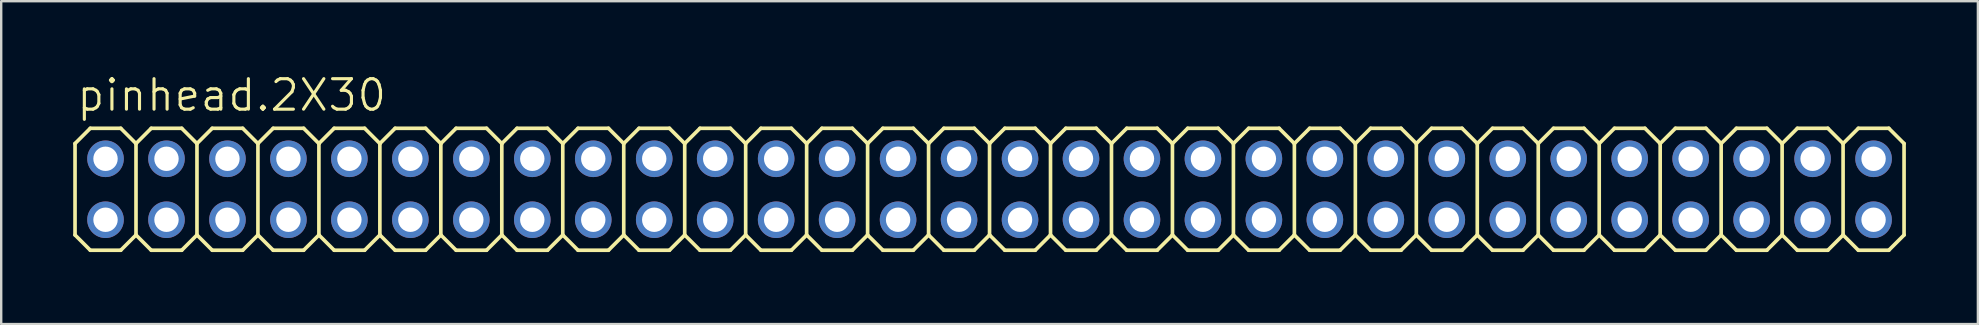
<source format=kicad_pcb>
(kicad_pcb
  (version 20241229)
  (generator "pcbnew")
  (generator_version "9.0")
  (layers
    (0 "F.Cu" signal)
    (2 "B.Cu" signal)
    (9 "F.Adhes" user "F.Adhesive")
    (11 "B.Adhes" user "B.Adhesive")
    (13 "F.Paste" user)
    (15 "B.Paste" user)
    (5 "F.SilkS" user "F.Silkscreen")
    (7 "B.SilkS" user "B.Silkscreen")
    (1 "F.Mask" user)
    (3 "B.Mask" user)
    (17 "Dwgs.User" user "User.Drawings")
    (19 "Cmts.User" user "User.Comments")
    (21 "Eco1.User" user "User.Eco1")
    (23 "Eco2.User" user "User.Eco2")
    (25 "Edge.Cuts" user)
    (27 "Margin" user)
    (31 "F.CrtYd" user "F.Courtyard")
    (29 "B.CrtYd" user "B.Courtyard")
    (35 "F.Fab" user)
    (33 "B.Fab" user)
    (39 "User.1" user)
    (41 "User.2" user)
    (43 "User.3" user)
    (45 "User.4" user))
  (footprint "pinhead.2X30"
    (layer "F.Cu")
    (at 39.446 4.835)
    (property "Reference" "pinhead.2X30" (at -39.37 -3.175 0) (layer "F.SilkS") (effects (font (size 1.27 1.27) (thickness 0.13)) (justify left bottom)))
    (attr through_hole)
    (fp_line (start -39.37 -1.905) (end -38.735 -2.54) (stroke (width 0.152) (type default)) (layer "F.SilkS"))
    (fp_line (start -39.37 1.905) (end -39.37 -1.905) (stroke (width 0.152) (type default)) (layer "F.SilkS"))
    (fp_line (start -39.37 1.905) (end -38.735 2.54) (stroke (width 0.152) (type default)) (layer "F.SilkS"))
    (fp_line (start -38.735 -2.54) (end -37.465 -2.54) (stroke (width 0.152) (type default)) (layer "F.SilkS"))
    (fp_line (start -38.735 2.54) (end -37.465 2.54) (stroke (width 0.152) (type default)) (layer "F.SilkS"))
    (fp_line (start -37.465 -2.54) (end -36.83 -1.905) (stroke (width 0.152) (type default)) (layer "F.SilkS"))
    (fp_line (start -37.465 2.54) (end -36.83 1.905) (stroke (width 0.152) (type default)) (layer "F.SilkS"))
    (fp_line (start -36.83 -1.905) (end -36.83 1.905) (stroke (width 0.152) (type default)) (layer "F.SilkS"))
    (fp_line (start -36.83 -1.905) (end -36.195 -2.54) (stroke (width 0.152) (type default)) (layer "F.SilkS"))
    (fp_line (start -36.83 1.905) (end -36.195 2.54) (stroke (width 0.152) (type default)) (layer "F.SilkS"))
    (fp_line (start -36.195 -2.54) (end -34.925 -2.54) (stroke (width 0.152) (type default)) (layer "F.SilkS"))
    (fp_line (start -36.195 2.54) (end -34.925 2.54) (stroke (width 0.152) (type default)) (layer "F.SilkS"))
    (fp_line (start -34.925 -2.54) (end -34.29 -1.905) (stroke (width 0.152) (type default)) (layer "F.SilkS"))
    (fp_line (start -34.925 2.54) (end -34.29 1.905) (stroke (width 0.152) (type default)) (layer "F.SilkS"))
    (fp_line (start -34.29 -1.905) (end -34.29 1.905) (stroke (width 0.152) (type default)) (layer "F.SilkS"))
    (fp_line (start -34.29 -1.905) (end -33.655 -2.54) (stroke (width 0.152) (type default)) (layer "F.SilkS"))
    (fp_line (start -34.29 1.905) (end -33.655 2.54) (stroke (width 0.152) (type default)) (layer "F.SilkS"))
    (fp_line (start -33.655 -2.54) (end -32.385 -2.54) (stroke (width 0.152) (type default)) (layer "F.SilkS"))
    (fp_line (start -33.655 2.54) (end -32.385 2.54) (stroke (width 0.152) (type default)) (layer "F.SilkS"))
    (fp_line (start -32.385 -2.54) (end -31.75 -1.905) (stroke (width 0.152) (type default)) (layer "F.SilkS"))
    (fp_line (start -32.385 2.54) (end -31.75 1.905) (stroke (width 0.152) (type default)) (layer "F.SilkS"))
    (fp_line (start -31.75 -1.905) (end -31.75 1.905) (stroke (width 0.152) (type default)) (layer "F.SilkS"))
    (fp_line (start -31.75 -1.905) (end -31.115 -2.54) (stroke (width 0.152) (type default)) (layer "F.SilkS"))
    (fp_line (start -31.75 1.905) (end -31.115 2.54) (stroke (width 0.152) (type default)) (layer "F.SilkS"))
    (fp_line (start -31.115 -2.54) (end -29.845 -2.54) (stroke (width 0.152) (type default)) (layer "F.SilkS"))
    (fp_line (start -31.115 2.54) (end -29.845 2.54) (stroke (width 0.152) (type default)) (layer "F.SilkS"))
    (fp_line (start -29.845 -2.54) (end -29.21 -1.905) (stroke (width 0.152) (type default)) (layer "F.SilkS"))
    (fp_line (start -29.845 2.54) (end -29.21 1.905) (stroke (width 0.152) (type default)) (layer "F.SilkS"))
    (fp_line (start -29.21 -1.905) (end -29.21 1.905) (stroke (width 0.152) (type default)) (layer "F.SilkS"))
    (fp_line (start -29.21 -1.905) (end -28.575 -2.54) (stroke (width 0.152) (type default)) (layer "F.SilkS"))
    (fp_line (start -29.21 1.905) (end -28.575 2.54) (stroke (width 0.152) (type default)) (layer "F.SilkS"))
    (fp_line (start -28.575 -2.54) (end -27.305 -2.54) (stroke (width 0.152) (type default)) (layer "F.SilkS"))
    (fp_line (start -28.575 2.54) (end -27.305 2.54) (stroke (width 0.152) (type default)) (layer "F.SilkS"))
    (fp_line (start -27.305 -2.54) (end -26.67 -1.905) (stroke (width 0.152) (type default)) (layer "F.SilkS"))
    (fp_line (start -27.305 2.54) (end -26.67 1.905) (stroke (width 0.152) (type default)) (layer "F.SilkS"))
    (fp_line (start -26.67 -1.905) (end -26.67 1.905) (stroke (width 0.152) (type default)) (layer "F.SilkS"))
    (fp_line (start -26.67 -1.905) (end -26.035 -2.54) (stroke (width 0.152) (type default)) (layer "F.SilkS"))
    (fp_line (start -26.67 1.905) (end -26.035 2.54) (stroke (width 0.152) (type default)) (layer "F.SilkS"))
    (fp_line (start -26.035 -2.54) (end -24.765 -2.54) (stroke (width 0.152) (type default)) (layer "F.SilkS"))
    (fp_line (start -26.035 2.54) (end -24.765 2.54) (stroke (width 0.152) (type default)) (layer "F.SilkS"))
    (fp_line (start -24.765 -2.54) (end -24.13 -1.905) (stroke (width 0.152) (type default)) (layer "F.SilkS"))
    (fp_line (start -24.765 2.54) (end -24.13 1.905) (stroke (width 0.152) (type default)) (layer "F.SilkS"))
    (fp_line (start -24.13 -1.905) (end -24.13 1.905) (stroke (width 0.152) (type default)) (layer "F.SilkS"))
    (fp_line (start -24.13 -1.905) (end -23.495 -2.54) (stroke (width 0.152) (type default)) (layer "F.SilkS"))
    (fp_line (start -24.13 1.905) (end -23.495 2.54) (stroke (width 0.152) (type default)) (layer "F.SilkS"))
    (fp_line (start -23.495 -2.54) (end -22.225 -2.54) (stroke (width 0.152) (type default)) (layer "F.SilkS"))
    (fp_line (start -22.225 -2.54) (end -21.59 -1.905) (stroke (width 0.152) (type default)) (layer "F.SilkS"))
    (fp_line (start -22.225 2.54) (end -23.495 2.54) (stroke (width 0.152) (type default)) (layer "F.SilkS"))
    (fp_line (start -21.59 -1.905) (end -21.59 1.905) (stroke (width 0.152) (type default)) (layer "F.SilkS"))
    (fp_line (start -21.59 -1.905) (end -20.955 -2.54) (stroke (width 0.152) (type default)) (layer "F.SilkS"))
    (fp_line (start -21.59 1.905) (end -22.225 2.54) (stroke (width 0.152) (type default)) (layer "F.SilkS"))
    (fp_line (start -21.59 1.905) (end -20.955 2.54) (stroke (width 0.152) (type default)) (layer "F.SilkS"))
    (fp_line (start -20.955 -2.54) (end -19.685 -2.54) (stroke (width 0.152) (type default)) (layer "F.SilkS"))
    (fp_line (start -19.685 -2.54) (end -19.05 -1.905) (stroke (width 0.152) (type default)) (layer "F.SilkS"))
    (fp_line (start -19.685 2.54) (end -20.955 2.54) (stroke (width 0.152) (type default)) (layer "F.SilkS"))
    (fp_line (start -19.05 -1.905) (end -19.05 1.905) (stroke (width 0.152) (type default)) (layer "F.SilkS"))
    (fp_line (start -19.05 -1.905) (end -18.415 -2.54) (stroke (width 0.152) (type default)) (layer "F.SilkS"))
    (fp_line (start -19.05 1.905) (end -19.685 2.54) (stroke (width 0.152) (type default)) (layer "F.SilkS"))
    (fp_line (start -19.05 1.905) (end -18.415 2.54) (stroke (width 0.152) (type default)) (layer "F.SilkS"))
    (fp_line (start -18.415 -2.54) (end -17.145 -2.54) (stroke (width 0.152) (type default)) (layer "F.SilkS"))
    (fp_line (start -17.145 -2.54) (end -16.51 -1.905) (stroke (width 0.152) (type default)) (layer "F.SilkS"))
    (fp_line (start -17.145 2.54) (end -18.415 2.54) (stroke (width 0.152) (type default)) (layer "F.SilkS"))
    (fp_line (start -16.51 -1.905) (end -16.51 1.905) (stroke (width 0.152) (type default)) (layer "F.SilkS"))
    (fp_line (start -16.51 -1.905) (end -15.875 -2.54) (stroke (width 0.152) (type default)) (layer "F.SilkS"))
    (fp_line (start -16.51 1.905) (end -17.145 2.54) (stroke (width 0.152) (type default)) (layer "F.SilkS"))
    (fp_line (start -16.51 1.905) (end -15.875 2.54) (stroke (width 0.152) (type default)) (layer "F.SilkS"))
    (fp_line (start -15.875 -2.54) (end -14.605 -2.54) (stroke (width 0.152) (type default)) (layer "F.SilkS"))
    (fp_line (start -14.605 -2.54) (end -13.97 -1.905) (stroke (width 0.152) (type default)) (layer "F.SilkS"))
    (fp_line (start -14.605 2.54) (end -15.875 2.54) (stroke (width 0.152) (type default)) (layer "F.SilkS"))
    (fp_line (start -13.97 -1.905) (end -13.97 1.905) (stroke (width 0.152) (type default)) (layer "F.SilkS"))
    (fp_line (start -13.97 -1.905) (end -13.335 -2.54) (stroke (width 0.152) (type default)) (layer "F.SilkS"))
    (fp_line (start -13.97 1.905) (end -14.605 2.54) (stroke (width 0.152) (type default)) (layer "F.SilkS"))
    (fp_line (start -13.97 1.905) (end -13.335 2.54) (stroke (width 0.152) (type default)) (layer "F.SilkS"))
    (fp_line (start -13.335 -2.54) (end -12.065 -2.54) (stroke (width 0.152) (type default)) (layer "F.SilkS"))
    (fp_line (start -12.065 -2.54) (end -11.43 -1.905) (stroke (width 0.152) (type default)) (layer "F.SilkS"))
    (fp_line (start -12.065 2.54) (end -13.335 2.54) (stroke (width 0.152) (type default)) (layer "F.SilkS"))
    (fp_line (start -11.43 -1.905) (end -11.43 1.905) (stroke (width 0.152) (type default)) (layer "F.SilkS"))
    (fp_line (start -11.43 -1.905) (end -10.795 -2.54) (stroke (width 0.152) (type default)) (layer "F.SilkS"))
    (fp_line (start -11.43 1.905) (end -12.065 2.54) (stroke (width 0.152) (type default)) (layer "F.SilkS"))
    (fp_line (start -11.43 1.905) (end -10.795 2.54) (stroke (width 0.152) (type default)) (layer "F.SilkS"))
    (fp_line (start -10.795 -2.54) (end -9.525 -2.54) (stroke (width 0.152) (type default)) (layer "F.SilkS"))
    (fp_line (start -9.525 2.54) (end -10.795 2.54) (stroke (width 0.152) (type default)) (layer "F.SilkS"))
    (fp_line (start -8.89 -1.905) (end -9.525 -2.54) (stroke (width 0.152) (type default)) (layer "F.SilkS"))
    (fp_line (start -8.89 -1.905) (end -8.89 1.905) (stroke (width 0.152) (type default)) (layer "F.SilkS"))
    (fp_line (start -8.89 -1.905) (end -8.255 -2.54) (stroke (width 0.152) (type default)) (layer "F.SilkS"))
    (fp_line (start -8.89 1.905) (end -9.525 2.54) (stroke (width 0.152) (type default)) (layer "F.SilkS"))
    (fp_line (start -8.89 1.905) (end -8.255 2.54) (stroke (width 0.152) (type default)) (layer "F.SilkS"))
    (fp_line (start -6.985 -2.54) (end -8.255 -2.54) (stroke (width 0.152) (type default)) (layer "F.SilkS"))
    (fp_line (start -6.985 -2.54) (end -6.35 -1.905) (stroke (width 0.152) (type default)) (layer "F.SilkS"))
    (fp_line (start -6.985 2.54) (end -8.255 2.54) (stroke (width 0.152) (type default)) (layer "F.SilkS"))
    (fp_line (start -6.35 -1.905) (end -6.35 1.905) (stroke (width 0.152) (type default)) (layer "F.SilkS"))
    (fp_line (start -6.35 -1.905) (end -5.715 -2.54) (stroke (width 0.152) (type default)) (layer "F.SilkS"))
    (fp_line (start -6.35 1.905) (end -6.985 2.54) (stroke (width 0.152) (type default)) (layer "F.SilkS"))
    (fp_line (start -6.35 1.905) (end -5.715 2.54) (stroke (width 0.152) (type default)) (layer "F.SilkS"))
    (fp_line (start -4.445 -2.54) (end -5.715 -2.54) (stroke (width 0.152) (type default)) (layer "F.SilkS"))
    (fp_line (start -4.445 -2.54) (end -3.81 -1.905) (stroke (width 0.152) (type default)) (layer "F.SilkS"))
    (fp_line (start -4.445 2.54) (end -5.715 2.54) (stroke (width 0.152) (type default)) (layer "F.SilkS"))
    (fp_line (start -3.81 -1.905) (end -3.81 1.905) (stroke (width 0.152) (type default)) (layer "F.SilkS"))
    (fp_line (start -3.81 -1.905) (end -3.175 -2.54) (stroke (width 0.152) (type default)) (layer "F.SilkS"))
    (fp_line (start -3.81 1.905) (end -4.445 2.54) (stroke (width 0.152) (type default)) (layer "F.SilkS"))
    (fp_line (start -3.175 2.54) (end -3.81 1.905) (stroke (width 0.152) (type default)) (layer "F.SilkS"))
    (fp_line (start -3.175 2.54) (end -1.905 2.54) (stroke (width 0.152) (type default)) (layer "F.SilkS"))
    (fp_line (start -1.905 -2.54) (end -3.175 -2.54) (stroke (width 0.152) (type default)) (layer "F.SilkS"))
    (fp_line (start -1.905 -2.54) (end -1.27 -1.905) (stroke (width 0.152) (type default)) (layer "F.SilkS"))
    (fp_line (start -1.27 -1.905) (end -1.27 1.905) (stroke (width 0.152) (type default)) (layer "F.SilkS"))
    (fp_line (start -1.27 -1.905) (end -0.635 -2.54) (stroke (width 0.152) (type default)) (layer "F.SilkS"))
    (fp_line (start -1.27 1.905) (end -1.905 2.54) (stroke (width 0.152) (type default)) (layer "F.SilkS"))
    (fp_line (start -0.635 2.54) (end -1.27 1.905) (stroke (width 0.152) (type default)) (layer "F.SilkS"))
    (fp_line (start -0.635 2.54) (end 0.635 2.54) (stroke (width 0.152) (type default)) (layer "F.SilkS"))
    (fp_line (start 0.635 -2.54) (end -0.635 -2.54) (stroke (width 0.152) (type default)) (layer "F.SilkS"))
    (fp_line (start 0.635 -2.54) (end 1.27 -1.905) (stroke (width 0.152) (type default)) (layer "F.SilkS"))
    (fp_line (start 1.27 -1.905) (end 1.27 1.905) (stroke (width 0.152) (type default)) (layer "F.SilkS"))
    (fp_line (start 1.27 -1.905) (end 1.905 -2.54) (stroke (width 0.152) (type default)) (layer "F.SilkS"))
    (fp_line (start 1.27 1.905) (end 0.635 2.54) (stroke (width 0.152) (type default)) (layer "F.SilkS"))
    (fp_line (start 1.27 1.905) (end 1.905 2.54) (stroke (width 0.152) (type default)) (layer "F.SilkS"))
    (fp_line (start 3.175 -2.54) (end 1.905 -2.54) (stroke (width 0.152) (type default)) (layer "F.SilkS"))
    (fp_line (start 3.175 -2.54) (end 3.81 -1.905) (stroke (width 0.152) (type default)) (layer "F.SilkS"))
    (fp_line (start 3.175 2.54) (end 1.905 2.54) (stroke (width 0.152) (type default)) (layer "F.SilkS"))
    (fp_line (start 3.81 -1.905) (end 3.81 1.905) (stroke (width 0.152) (type default)) (layer "F.SilkS"))
    (fp_line (start 3.81 -1.905) (end 4.445 -2.54) (stroke (width 0.152) (type default)) (layer "F.SilkS"))
    (fp_line (start 3.81 1.905) (end 3.175 2.54) (stroke (width 0.152) (type default)) (layer "F.SilkS"))
    (fp_line (start 3.81 1.905) (end 4.445 2.54) (stroke (width 0.152) (type default)) (layer "F.SilkS"))
    (fp_line (start 5.715 -2.54) (end 4.445 -2.54) (stroke (width 0.152) (type default)) (layer "F.SilkS"))
    (fp_line (start 5.715 -2.54) (end 6.35 -1.905) (stroke (width 0.152) (type default)) (layer "F.SilkS"))
    (fp_line (start 5.715 2.54) (end 4.445 2.54) (stroke (width 0.152) (type default)) (layer "F.SilkS"))
    (fp_line (start 6.35 -1.905) (end 6.35 1.905) (stroke (width 0.152) (type default)) (layer "F.SilkS"))
    (fp_line (start 6.35 -1.905) (end 6.985 -2.54) (stroke (width 0.152) (type default)) (layer "F.SilkS"))
    (fp_line (start 6.35 1.905) (end 5.715 2.54) (stroke (width 0.152) (type default)) (layer "F.SilkS"))
    (fp_line (start 6.35 1.905) (end 6.985 2.54) (stroke (width 0.152) (type default)) (layer "F.SilkS"))
    (fp_line (start 8.255 -2.54) (end 6.985 -2.54) (stroke (width 0.152) (type default)) (layer "F.SilkS"))
    (fp_line (start 8.255 -2.54) (end 8.89 -1.905) (stroke (width 0.152) (type default)) (layer "F.SilkS"))
    (fp_line (start 8.255 2.54) (end 6.985 2.54) (stroke (width 0.152) (type default)) (layer "F.SilkS"))
    (fp_line (start 8.89 -1.905) (end 8.89 1.905) (stroke (width 0.152) (type default)) (layer "F.SilkS"))
    (fp_line (start 8.89 -1.905) (end 9.525 -2.54) (stroke (width 0.152) (type default)) (layer "F.SilkS"))
    (fp_line (start 8.89 1.905) (end 8.255 2.54) (stroke (width 0.152) (type default)) (layer "F.SilkS"))
    (fp_line (start 8.89 1.905) (end 9.525 2.54) (stroke (width 0.152) (type default)) (layer "F.SilkS"))
    (fp_line (start 10.795 -2.54) (end 9.525 -2.54) (stroke (width 0.152) (type default)) (layer "F.SilkS"))
    (fp_line (start 10.795 -2.54) (end 11.43 -1.905) (stroke (width 0.152) (type default)) (layer "F.SilkS"))
    (fp_line (start 10.795 2.54) (end 9.525 2.54) (stroke (width 0.152) (type default)) (layer "F.SilkS"))
    (fp_line (start 11.43 -1.905) (end 11.43 1.905) (stroke (width 0.152) (type default)) (layer "F.SilkS"))
    (fp_line (start 11.43 -1.905) (end 12.065 -2.54) (stroke (width 0.152) (type default)) (layer "F.SilkS"))
    (fp_line (start 11.43 1.905) (end 10.795 2.54) (stroke (width 0.152) (type default)) (layer "F.SilkS"))
    (fp_line (start 11.43 1.905) (end 12.065 2.54) (stroke (width 0.152) (type default)) (layer "F.SilkS"))
    (fp_line (start 13.335 -2.54) (end 12.065 -2.54) (stroke (width 0.152) (type default)) (layer "F.SilkS"))
    (fp_line (start 13.335 -2.54) (end 13.97 -1.905) (stroke (width 0.152) (type default)) (layer "F.SilkS"))
    (fp_line (start 13.335 2.54) (end 12.065 2.54) (stroke (width 0.152) (type default)) (layer "F.SilkS"))
    (fp_line (start 13.97 -1.905) (end 13.97 1.905) (stroke (width 0.152) (type default)) (layer "F.SilkS"))
    (fp_line (start 13.97 -1.905) (end 14.605 -2.54) (stroke (width 0.152) (type default)) (layer "F.SilkS"))
    (fp_line (start 13.97 1.905) (end 13.335 2.54) (stroke (width 0.152) (type default)) (layer "F.SilkS"))
    (fp_line (start 13.97 1.905) (end 14.605 2.54) (stroke (width 0.152) (type default)) (layer "F.SilkS"))
    (fp_line (start 15.875 -2.54) (end 14.605 -2.54) (stroke (width 0.152) (type default)) (layer "F.SilkS"))
    (fp_line (start 15.875 -2.54) (end 16.51 -1.905) (stroke (width 0.152) (type default)) (layer "F.SilkS"))
    (fp_line (start 15.875 2.54) (end 14.605 2.54) (stroke (width 0.152) (type default)) (layer "F.SilkS"))
    (fp_line (start 16.51 -1.905) (end 16.51 1.905) (stroke (width 0.152) (type default)) (layer "F.SilkS"))
    (fp_line (start 16.51 -1.905) (end 17.145 -2.54) (stroke (width 0.152) (type default)) (layer "F.SilkS"))
    (fp_line (start 16.51 1.905) (end 15.875 2.54) (stroke (width 0.152) (type default)) (layer "F.SilkS"))
    (fp_line (start 16.51 1.905) (end 17.145 2.54) (stroke (width 0.152) (type default)) (layer "F.SilkS"))
    (fp_line (start 18.415 -2.54) (end 17.145 -2.54) (stroke (width 0.152) (type default)) (layer "F.SilkS"))
    (fp_line (start 18.415 -2.54) (end 19.05 -1.905) (stroke (width 0.152) (type default)) (layer "F.SilkS"))
    (fp_line (start 18.415 2.54) (end 17.145 2.54) (stroke (width 0.152) (type default)) (layer "F.SilkS"))
    (fp_line (start 19.05 -1.905) (end 19.05 1.905) (stroke (width 0.152) (type default)) (layer "F.SilkS"))
    (fp_line (start 19.05 -1.905) (end 19.685 -2.54) (stroke (width 0.152) (type default)) (layer "F.SilkS"))
    (fp_line (start 19.05 1.905) (end 18.415 2.54) (stroke (width 0.152) (type default)) (layer "F.SilkS"))
    (fp_line (start 19.05 1.905) (end 19.685 2.54) (stroke (width 0.152) (type default)) (layer "F.SilkS"))
    (fp_line (start 20.955 -2.54) (end 19.685 -2.54) (stroke (width 0.152) (type default)) (layer "F.SilkS"))
    (fp_line (start 20.955 -2.54) (end 21.59 -1.905) (stroke (width 0.152) (type default)) (layer "F.SilkS"))
    (fp_line (start 20.955 2.54) (end 19.685 2.54) (stroke (width 0.152) (type default)) (layer "F.SilkS"))
    (fp_line (start 21.59 -1.905) (end 21.59 1.905) (stroke (width 0.152) (type default)) (layer "F.SilkS"))
    (fp_line (start 21.59 -1.905) (end 22.225 -2.54) (stroke (width 0.152) (type default)) (layer "F.SilkS"))
    (fp_line (start 21.59 1.905) (end 20.955 2.54) (stroke (width 0.152) (type default)) (layer "F.SilkS"))
    (fp_line (start 21.59 1.905) (end 22.225 2.54) (stroke (width 0.152) (type default)) (layer "F.SilkS"))
    (fp_line (start 23.495 -2.54) (end 22.225 -2.54) (stroke (width 0.152) (type default)) (layer "F.SilkS"))
    (fp_line (start 23.495 -2.54) (end 24.13 -1.905) (stroke (width 0.152) (type default)) (layer "F.SilkS"))
    (fp_line (start 23.495 2.54) (end 22.225 2.54) (stroke (width 0.152) (type default)) (layer "F.SilkS"))
    (fp_line (start 24.13 -1.905) (end 24.13 1.905) (stroke (width 0.152) (type default)) (layer "F.SilkS"))
    (fp_line (start 24.13 -1.905) (end 24.765 -2.54) (stroke (width 0.152) (type default)) (layer "F.SilkS"))
    (fp_line (start 24.13 1.905) (end 23.495 2.54) (stroke (width 0.152) (type default)) (layer "F.SilkS"))
    (fp_line (start 24.13 1.905) (end 24.765 2.54) (stroke (width 0.152) (type default)) (layer "F.SilkS"))
    (fp_line (start 26.035 -2.54) (end 24.765 -2.54) (stroke (width 0.152) (type default)) (layer "F.SilkS"))
    (fp_line (start 26.035 -2.54) (end 26.67 -1.905) (stroke (width 0.152) (type default)) (layer "F.SilkS"))
    (fp_line (start 26.035 2.54) (end 24.765 2.54) (stroke (width 0.152) (type default)) (layer "F.SilkS"))
    (fp_line (start 26.67 -1.905) (end 26.67 1.905) (stroke (width 0.152) (type default)) (layer "F.SilkS"))
    (fp_line (start 26.67 -1.905) (end 27.305 -2.54) (stroke (width 0.152) (type default)) (layer "F.SilkS"))
    (fp_line (start 26.67 1.905) (end 26.035 2.54) (stroke (width 0.152) (type default)) (layer "F.SilkS"))
    (fp_line (start 26.67 1.905) (end 27.305 2.54) (stroke (width 0.152) (type default)) (layer "F.SilkS"))
    (fp_line (start 28.575 -2.54) (end 27.305 -2.54) (stroke (width 0.152) (type default)) (layer "F.SilkS"))
    (fp_line (start 28.575 -2.54) (end 29.21 -1.905) (stroke (width 0.152) (type default)) (layer "F.SilkS"))
    (fp_line (start 28.575 2.54) (end 27.305 2.54) (stroke (width 0.152) (type default)) (layer "F.SilkS"))
    (fp_line (start 29.21 -1.905) (end 29.21 1.905) (stroke (width 0.152) (type default)) (layer "F.SilkS"))
    (fp_line (start 29.21 -1.905) (end 29.845 -2.54) (stroke (width 0.152) (type default)) (layer "F.SilkS"))
    (fp_line (start 29.21 1.905) (end 28.575 2.54) (stroke (width 0.152) (type default)) (layer "F.SilkS"))
    (fp_line (start 29.21 1.905) (end 29.845 2.54) (stroke (width 0.152) (type default)) (layer "F.SilkS"))
    (fp_line (start 31.115 -2.54) (end 29.845 -2.54) (stroke (width 0.152) (type default)) (layer "F.SilkS"))
    (fp_line (start 31.115 -2.54) (end 31.75 -1.905) (stroke (width 0.152) (type default)) (layer "F.SilkS"))
    (fp_line (start 31.115 2.54) (end 29.845 2.54) (stroke (width 0.152) (type default)) (layer "F.SilkS"))
    (fp_line (start 31.75 -1.905) (end 31.75 1.905) (stroke (width 0.152) (type default)) (layer "F.SilkS"))
    (fp_line (start 31.75 -1.905) (end 32.385 -2.54) (stroke (width 0.152) (type default)) (layer "F.SilkS"))
    (fp_line (start 31.75 1.905) (end 31.115 2.54) (stroke (width 0.152) (type default)) (layer "F.SilkS"))
    (fp_line (start 31.75 1.905) (end 32.385 2.54) (stroke (width 0.152) (type default)) (layer "F.SilkS"))
    (fp_line (start 33.655 -2.54) (end 32.385 -2.54) (stroke (width 0.152) (type default)) (layer "F.SilkS"))
    (fp_line (start 33.655 -2.54) (end 34.29 -1.905) (stroke (width 0.152) (type default)) (layer "F.SilkS"))
    (fp_line (start 33.655 2.54) (end 32.385 2.54) (stroke (width 0.152) (type default)) (layer "F.SilkS"))
    (fp_line (start 34.29 -1.905) (end 34.29 1.905) (stroke (width 0.152) (type default)) (layer "F.SilkS"))
    (fp_line (start 34.29 -1.905) (end 34.925 -2.54) (stroke (width 0.152) (type default)) (layer "F.SilkS"))
    (fp_line (start 34.29 1.905) (end 33.655 2.54) (stroke (width 0.152) (type default)) (layer "F.SilkS"))
    (fp_line (start 34.29 1.905) (end 34.925 2.54) (stroke (width 0.152) (type default)) (layer "F.SilkS"))
    (fp_line (start 36.195 -2.54) (end 34.925 -2.54) (stroke (width 0.152) (type default)) (layer "F.SilkS"))
    (fp_line (start 36.195 -2.54) (end 36.83 -1.905) (stroke (width 0.152) (type default)) (layer "F.SilkS"))
    (fp_line (start 36.195 2.54) (end 34.925 2.54) (stroke (width 0.152) (type default)) (layer "F.SilkS"))
    (fp_line (start 36.83 -1.905) (end 36.83 1.905) (stroke (width 0.152) (type default)) (layer "F.SilkS"))
    (fp_line (start 36.83 1.905) (end 36.195 2.54) (stroke (width 0.152) (type default)) (layer "F.SilkS"))
    (fp_rect (start -38.354 -1.016) (end -37.846 -1.524) (stroke (width 0.05) (type default)) (fill no) (layer "F.Fab"))
    (fp_rect (start -38.354 1.524) (end -37.846 1.016) (stroke (width 0.05) (type default)) (fill no) (layer "F.Fab"))
    (fp_rect (start -35.814 -1.016) (end -35.306 -1.524) (stroke (width 0.05) (type default)) (fill no) (layer "F.Fab"))
    (fp_rect (start -35.814 1.524) (end -35.306 1.016) (stroke (width 0.05) (type default)) (fill no) (layer "F.Fab"))
    (fp_rect (start -33.274 -1.016) (end -32.766 -1.524) (stroke (width 0.05) (type default)) (fill no) (layer "F.Fab"))
    (fp_rect (start -33.274 1.524) (end -32.766 1.016) (stroke (width 0.05) (type default)) (fill no) (layer "F.Fab"))
    (fp_rect (start -30.734 -1.016) (end -30.226 -1.524) (stroke (width 0.05) (type default)) (fill no) (layer "F.Fab"))
    (fp_rect (start -30.734 1.524) (end -30.226 1.016) (stroke (width 0.05) (type default)) (fill no) (layer "F.Fab"))
    (fp_rect (start -28.194 -1.016) (end -27.686 -1.524) (stroke (width 0.05) (type default)) (fill no) (layer "F.Fab"))
    (fp_rect (start -28.194 1.524) (end -27.686 1.016) (stroke (width 0.05) (type default)) (fill no) (layer "F.Fab"))
    (fp_rect (start -25.654 -1.016) (end -25.146 -1.524) (stroke (width 0.05) (type default)) (fill no) (layer "F.Fab"))
    (fp_rect (start -25.654 1.524) (end -25.146 1.016) (stroke (width 0.05) (type default)) (fill no) (layer "F.Fab"))
    (fp_rect (start -23.114 -1.016) (end -22.606 -1.524) (stroke (width 0.05) (type default)) (fill no) (layer "F.Fab"))
    (fp_rect (start -23.114 1.524) (end -22.606 1.016) (stroke (width 0.05) (type default)) (fill no) (layer "F.Fab"))
    (fp_rect (start -20.574 -1.016) (end -20.066 -1.524) (stroke (width 0.05) (type default)) (fill no) (layer "F.Fab"))
    (fp_rect (start -20.574 1.524) (end -20.066 1.016) (stroke (width 0.05) (type default)) (fill no) (layer "F.Fab"))
    (fp_rect (start -18.034 -1.016) (end -17.526 -1.524) (stroke (width 0.05) (type default)) (fill no) (layer "F.Fab"))
    (fp_rect (start -18.034 1.524) (end -17.526 1.016) (stroke (width 0.05) (type default)) (fill no) (layer "F.Fab"))
    (fp_rect (start -15.494 -1.016) (end -14.986 -1.524) (stroke (width 0.05) (type default)) (fill no) (layer "F.Fab"))
    (fp_rect (start -15.494 1.524) (end -14.986 1.016) (stroke (width 0.05) (type default)) (fill no) (layer "F.Fab"))
    (fp_rect (start -12.954 -1.016) (end -12.446 -1.524) (stroke (width 0.05) (type default)) (fill no) (layer "F.Fab"))
    (fp_rect (start -12.954 1.524) (end -12.446 1.016) (stroke (width 0.05) (type default)) (fill no) (layer "F.Fab"))
    (fp_rect (start -10.414 -1.016) (end -9.906 -1.524) (stroke (width 0.05) (type default)) (fill no) (layer "F.Fab"))
    (fp_rect (start -10.414 1.524) (end -9.906 1.016) (stroke (width 0.05) (type default)) (fill no) (layer "F.Fab"))
    (fp_rect (start -7.874 -1.016) (end -7.366 -1.524) (stroke (width 0.05) (type default)) (fill no) (layer "F.Fab"))
    (fp_rect (start -7.874 1.524) (end -7.366 1.016) (stroke (width 0.05) (type default)) (fill no) (layer "F.Fab"))
    (fp_rect (start -5.334 -1.016) (end -4.826 -1.524) (stroke (width 0.05) (type default)) (fill no) (layer "F.Fab"))
    (fp_rect (start -5.334 1.524) (end -4.826 1.016) (stroke (width 0.05) (type default)) (fill no) (layer "F.Fab"))
    (fp_rect (start -2.794 -1.016) (end -2.286 -1.524) (stroke (width 0.05) (type default)) (fill no) (layer "F.Fab"))
    (fp_rect (start -2.794 1.524) (end -2.286 1.016) (stroke (width 0.05) (type default)) (fill no) (layer "F.Fab"))
    (fp_rect (start -0.254 -1.016) (end 0.254 -1.524) (stroke (width 0.05) (type default)) (fill no) (layer "F.Fab"))
    (fp_rect (start -0.254 1.524) (end 0.254 1.016) (stroke (width 0.05) (type default)) (fill no) (layer "F.Fab"))
    (fp_rect (start 2.286 -1.016) (end 2.794 -1.524) (stroke (width 0.05) (type default)) (fill no) (layer "F.Fab"))
    (fp_rect (start 2.286 1.524) (end 2.794 1.016) (stroke (width 0.05) (type default)) (fill no) (layer "F.Fab"))
    (fp_rect (start 4.826 -1.016) (end 5.334 -1.524) (stroke (width 0.05) (type default)) (fill no) (layer "F.Fab"))
    (fp_rect (start 4.826 1.524) (end 5.334 1.016) (stroke (width 0.05) (type default)) (fill no) (layer "F.Fab"))
    (fp_rect (start 7.366 -1.016) (end 7.874 -1.524) (stroke (width 0.05) (type default)) (fill no) (layer "F.Fab"))
    (fp_rect (start 7.366 1.524) (end 7.874 1.016) (stroke (width 0.05) (type default)) (fill no) (layer "F.Fab"))
    (fp_rect (start 9.906 -1.016) (end 10.414 -1.524) (stroke (width 0.05) (type default)) (fill no) (layer "F.Fab"))
    (fp_rect (start 9.906 1.524) (end 10.414 1.016) (stroke (width 0.05) (type default)) (fill no) (layer "F.Fab"))
    (fp_rect (start 12.446 -1.016) (end 12.954 -1.524) (stroke (width 0.05) (type default)) (fill no) (layer "F.Fab"))
    (fp_rect (start 12.446 1.524) (end 12.954 1.016) (stroke (width 0.05) (type default)) (fill no) (layer "F.Fab"))
    (fp_rect (start 14.986 -1.016) (end 15.494 -1.524) (stroke (width 0.05) (type default)) (fill no) (layer "F.Fab"))
    (fp_rect (start 14.986 1.524) (end 15.494 1.016) (stroke (width 0.05) (type default)) (fill no) (layer "F.Fab"))
    (fp_rect (start 17.526 -1.016) (end 18.034 -1.524) (stroke (width 0.05) (type default)) (fill no) (layer "F.Fab"))
    (fp_rect (start 17.526 1.524) (end 18.034 1.016) (stroke (width 0.05) (type default)) (fill no) (layer "F.Fab"))
    (fp_rect (start 20.066 -1.016) (end 20.574 -1.524) (stroke (width 0.05) (type default)) (fill no) (layer "F.Fab"))
    (fp_rect (start 20.066 1.524) (end 20.574 1.016) (stroke (width 0.05) (type default)) (fill no) (layer "F.Fab"))
    (fp_rect (start 22.606 -1.016) (end 23.114 -1.524) (stroke (width 0.05) (type default)) (fill no) (layer "F.Fab"))
    (fp_rect (start 22.606 1.524) (end 23.114 1.016) (stroke (width 0.05) (type default)) (fill no) (layer "F.Fab"))
    (fp_rect (start 25.146 -1.016) (end 25.654 -1.524) (stroke (width 0.05) (type default)) (fill no) (layer "F.Fab"))
    (fp_rect (start 25.146 1.524) (end 25.654 1.016) (stroke (width 0.05) (type default)) (fill no) (layer "F.Fab"))
    (fp_rect (start 27.686 -1.016) (end 28.194 -1.524) (stroke (width 0.05) (type default)) (fill no) (layer "F.Fab"))
    (fp_rect (start 27.686 1.524) (end 28.194 1.016) (stroke (width 0.05) (type default)) (fill no) (layer "F.Fab"))
    (fp_rect (start 30.226 -1.016) (end 30.734 -1.524) (stroke (width 0.05) (type default)) (fill no) (layer "F.Fab"))
    (fp_rect (start 30.226 1.524) (end 30.734 1.016) (stroke (width 0.05) (type default)) (fill no) (layer "F.Fab"))
    (fp_rect (start 32.766 -1.016) (end 33.274 -1.524) (stroke (width 0.05) (type default)) (fill no) (layer "F.Fab"))
    (fp_rect (start 32.766 1.524) (end 33.274 1.016) (stroke (width 0.05) (type default)) (fill no) (layer "F.Fab"))
    (fp_rect (start 35.306 -1.016) (end 35.814 -1.524) (stroke (width 0.05) (type default)) (fill no) (layer "F.Fab"))
    (fp_rect (start 35.306 1.524) (end 35.814 1.016) (stroke (width 0.05) (type default)) (fill no) (layer "F.Fab"))
    (pad "1" thru_hole circle (at -38.1 1.27) (size 1.524 1.524) (drill 1.016) (layers "*.Cu" "*.Mask"))
    (pad "2" thru_hole circle (at -38.1 -1.27) (size 1.524 1.524) (drill 1.016) (layers "*.Cu" "*.Mask"))
    (pad "3" thru_hole circle (at -35.56 1.27) (size 1.524 1.524) (drill 1.016) (layers "*.Cu" "*.Mask"))
    (pad "4" thru_hole circle (at -35.56 -1.27) (size 1.524 1.524) (drill 1.016) (layers "*.Cu" "*.Mask"))
    (pad "5" thru_hole circle (at -33.02 1.27) (size 1.524 1.524) (drill 1.016) (layers "*.Cu" "*.Mask"))
    (pad "6" thru_hole circle (at -33.02 -1.27) (size 1.524 1.524) (drill 1.016) (layers "*.Cu" "*.Mask"))
    (pad "7" thru_hole circle (at -30.48 1.27) (size 1.524 1.524) (drill 1.016) (layers "*.Cu" "*.Mask"))
    (pad "8" thru_hole circle (at -30.48 -1.27) (size 1.524 1.524) (drill 1.016) (layers "*.Cu" "*.Mask"))
    (pad "9" thru_hole circle (at -27.94 1.27) (size 1.524 1.524) (drill 1.016) (layers "*.Cu" "*.Mask"))
    (pad "10" thru_hole circle (at -27.94 -1.27) (size 1.524 1.524) (drill 1.016) (layers "*.Cu" "*.Mask"))
    (pad "11" thru_hole circle (at -25.4 1.27) (size 1.524 1.524) (drill 1.016) (layers "*.Cu" "*.Mask"))
    (pad "12" thru_hole circle (at -25.4 -1.27) (size 1.524 1.524) (drill 1.016) (layers "*.Cu" "*.Mask"))
    (pad "13" thru_hole circle (at -22.86 1.27) (size 1.524 1.524) (drill 1.016) (layers "*.Cu" "*.Mask"))
    (pad "14" thru_hole circle (at -22.86 -1.27) (size 1.524 1.524) (drill 1.016) (layers "*.Cu" "*.Mask"))
    (pad "15" thru_hole circle (at -20.32 1.27) (size 1.524 1.524) (drill 1.016) (layers "*.Cu" "*.Mask"))
    (pad "16" thru_hole circle (at -20.32 -1.27) (size 1.524 1.524) (drill 1.016) (layers "*.Cu" "*.Mask"))
    (pad "17" thru_hole circle (at -17.78 1.27) (size 1.524 1.524) (drill 1.016) (layers "*.Cu" "*.Mask"))
    (pad "18" thru_hole circle (at -17.78 -1.27) (size 1.524 1.524) (drill 1.016) (layers "*.Cu" "*.Mask"))
    (pad "19" thru_hole circle (at -15.24 1.27) (size 1.524 1.524) (drill 1.016) (layers "*.Cu" "*.Mask"))
    (pad "20" thru_hole circle (at -15.24 -1.27) (size 1.524 1.524) (drill 1.016) (layers "*.Cu" "*.Mask"))
    (pad "21" thru_hole circle (at -12.7 1.27) (size 1.524 1.524) (drill 1.016) (layers "*.Cu" "*.Mask"))
    (pad "22" thru_hole circle (at -12.7 -1.27) (size 1.524 1.524) (drill 1.016) (layers "*.Cu" "*.Mask"))
    (pad "23" thru_hole circle (at -10.16 1.27) (size 1.524 1.524) (drill 1.016) (layers "*.Cu" "*.Mask"))
    (pad "24" thru_hole circle (at -10.16 -1.27) (size 1.524 1.524) (drill 1.016) (layers "*.Cu" "*.Mask"))
    (pad "25" thru_hole circle (at -7.62 1.27) (size 1.524 1.524) (drill 1.016) (layers "*.Cu" "*.Mask"))
    (pad "26" thru_hole circle (at -7.62 -1.27) (size 1.524 1.524) (drill 1.016) (layers "*.Cu" "*.Mask"))
    (pad "27" thru_hole circle (at -5.08 1.27) (size 1.524 1.524) (drill 1.016) (layers "*.Cu" "*.Mask"))
    (pad "28" thru_hole circle (at -5.08 -1.27) (size 1.524 1.524) (drill 1.016) (layers "*.Cu" "*.Mask"))
    (pad "29" thru_hole circle (at -2.54 1.27) (size 1.524 1.524) (drill 1.016) (layers "*.Cu" "*.Mask"))
    (pad "30" thru_hole circle (at -2.54 -1.27) (size 1.524 1.524) (drill 1.016) (layers "*.Cu" "*.Mask"))
    (pad "31" thru_hole circle (at 0 1.27) (size 1.524 1.524) (drill 1.016) (layers "*.Cu" "*.Mask"))
    (pad "32" thru_hole circle (at 0 -1.27) (size 1.524 1.524) (drill 1.016) (layers "*.Cu" "*.Mask"))
    (pad "33" thru_hole circle (at 2.54 1.27) (size 1.524 1.524) (drill 1.016) (layers "*.Cu" "*.Mask"))
    (pad "34" thru_hole circle (at 2.54 -1.27) (size 1.524 1.524) (drill 1.016) (layers "*.Cu" "*.Mask"))
    (pad "35" thru_hole circle (at 5.08 1.27) (size 1.524 1.524) (drill 1.016) (layers "*.Cu" "*.Mask"))
    (pad "36" thru_hole circle (at 5.08 -1.27) (size 1.524 1.524) (drill 1.016) (layers "*.Cu" "*.Mask"))
    (pad "37" thru_hole circle (at 7.62 1.27) (size 1.524 1.524) (drill 1.016) (layers "*.Cu" "*.Mask"))
    (pad "38" thru_hole circle (at 7.62 -1.27) (size 1.524 1.524) (drill 1.016) (layers "*.Cu" "*.Mask"))
    (pad "39" thru_hole circle (at 10.16 1.27) (size 1.524 1.524) (drill 1.016) (layers "*.Cu" "*.Mask"))
    (pad "40" thru_hole circle (at 10.16 -1.27) (size 1.524 1.524) (drill 1.016) (layers "*.Cu" "*.Mask"))
    (pad "41" thru_hole circle (at 12.7 1.27) (size 1.524 1.524) (drill 1.016) (layers "*.Cu" "*.Mask"))
    (pad "42" thru_hole circle (at 12.7 -1.27) (size 1.524 1.524) (drill 1.016) (layers "*.Cu" "*.Mask"))
    (pad "43" thru_hole circle (at 15.24 1.27) (size 1.524 1.524) (drill 1.016) (layers "*.Cu" "*.Mask"))
    (pad "44" thru_hole circle (at 15.24 -1.27) (size 1.524 1.524) (drill 1.016) (layers "*.Cu" "*.Mask"))
    (pad "45" thru_hole circle (at 17.78 1.27) (size 1.524 1.524) (drill 1.016) (layers "*.Cu" "*.Mask"))
    (pad "46" thru_hole circle (at 17.78 -1.27) (size 1.524 1.524) (drill 1.016) (layers "*.Cu" "*.Mask"))
    (pad "47" thru_hole circle (at 20.32 1.27) (size 1.524 1.524) (drill 1.016) (layers "*.Cu" "*.Mask"))
    (pad "48" thru_hole circle (at 20.32 -1.27) (size 1.524 1.524) (drill 1.016) (layers "*.Cu" "*.Mask"))
    (pad "49" thru_hole circle (at 22.86 1.27) (size 1.524 1.524) (drill 1.016) (layers "*.Cu" "*.Mask"))
    (pad "50" thru_hole circle (at 22.86 -1.27) (size 1.524 1.524) (drill 1.016) (layers "*.Cu" "*.Mask"))
    (pad "51" thru_hole circle (at 25.4 1.27) (size 1.524 1.524) (drill 1.016) (layers "*.Cu" "*.Mask"))
    (pad "52" thru_hole circle (at 25.4 -1.27) (size 1.524 1.524) (drill 1.016) (layers "*.Cu" "*.Mask"))
    (pad "53" thru_hole circle (at 27.94 1.27) (size 1.524 1.524) (drill 1.016) (layers "*.Cu" "*.Mask"))
    (pad "54" thru_hole circle (at 27.94 -1.27) (size 1.524 1.524) (drill 1.016) (layers "*.Cu" "*.Mask"))
    (pad "55" thru_hole circle (at 30.48 1.27) (size 1.524 1.524) (drill 1.016) (layers "*.Cu" "*.Mask"))
    (pad "56" thru_hole circle (at 30.48 -1.27) (size 1.524 1.524) (drill 1.016) (layers "*.Cu" "*.Mask"))
    (pad "57" thru_hole circle (at 33.02 1.27) (size 1.524 1.524) (drill 1.016) (layers "*.Cu" "*.Mask"))
    (pad "58" thru_hole circle (at 33.02 -1.27) (size 1.524 1.524) (drill 1.016) (layers "*.Cu" "*.Mask"))
    (pad "59" thru_hole circle (at 35.56 1.27) (size 1.524 1.524) (drill 1.016) (layers "*.Cu" "*.Mask"))
    (pad "60" thru_hole circle (at 35.56 -1.27) (size 1.524 1.524) (drill 1.016) (layers "*.Cu" "*.Mask")))
  (gr_rect
    (start -3 -3)
    (end 79.352 10.451)
    (stroke (width 0.1) (type default))
    (fill no)
    (layer "Edge.Cuts")))
</source>
